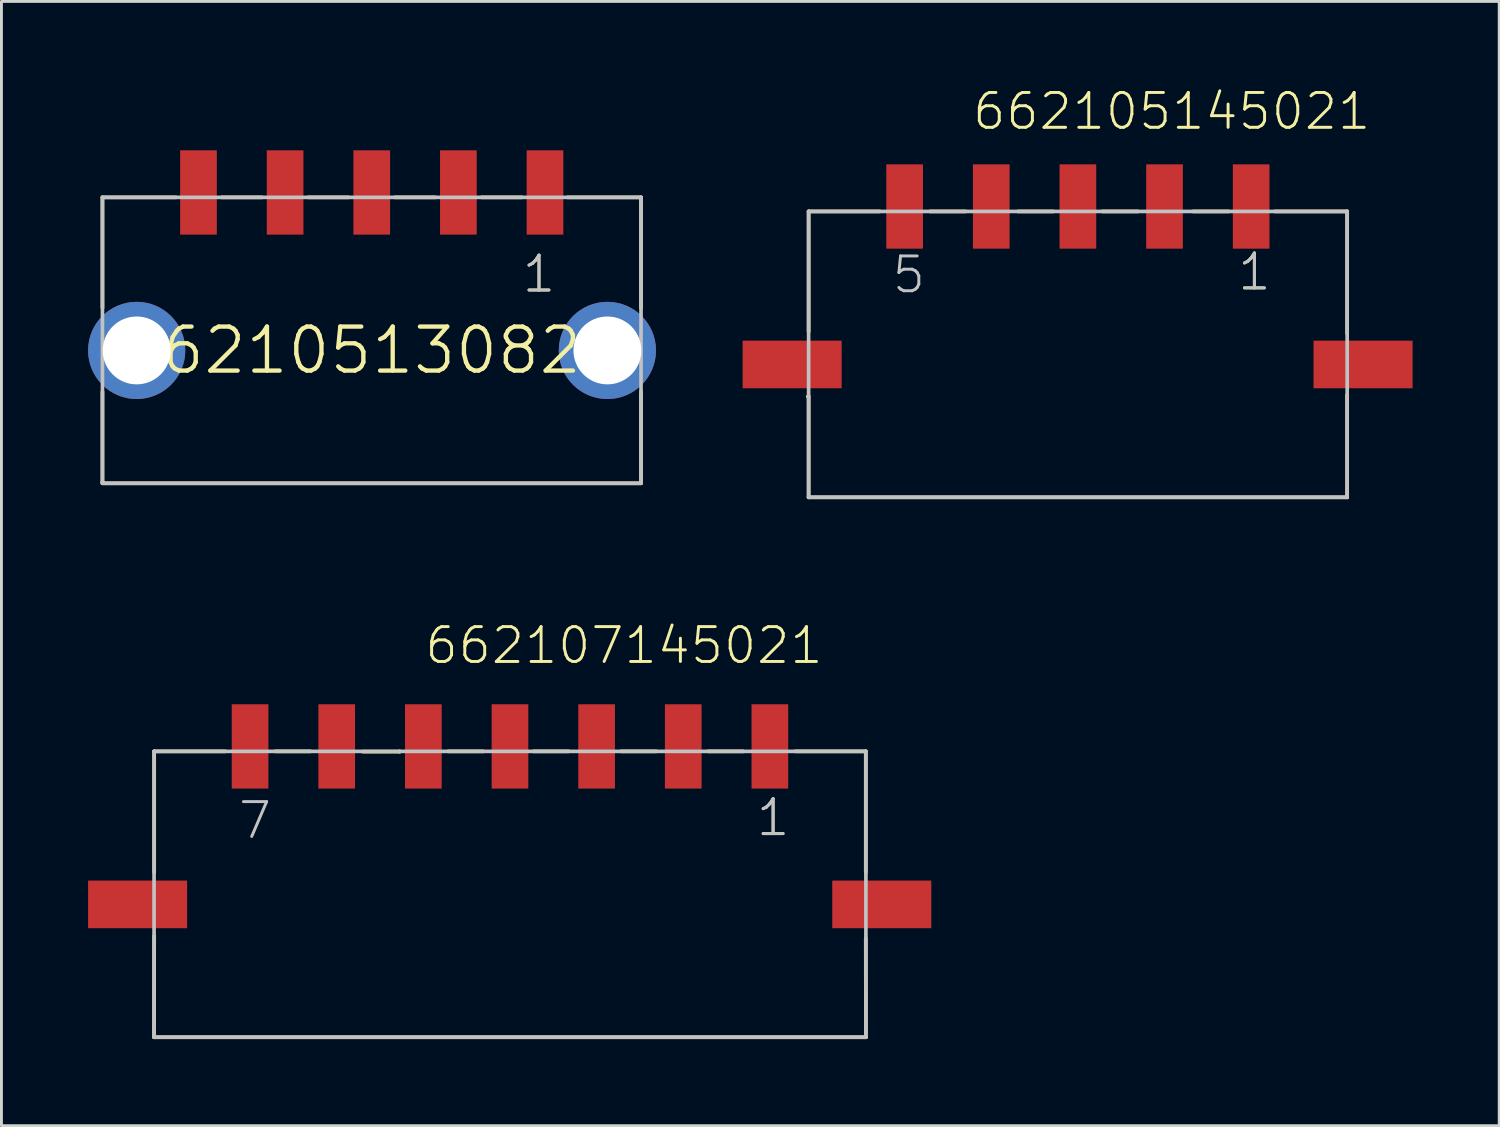
<source format=kicad_pcb>
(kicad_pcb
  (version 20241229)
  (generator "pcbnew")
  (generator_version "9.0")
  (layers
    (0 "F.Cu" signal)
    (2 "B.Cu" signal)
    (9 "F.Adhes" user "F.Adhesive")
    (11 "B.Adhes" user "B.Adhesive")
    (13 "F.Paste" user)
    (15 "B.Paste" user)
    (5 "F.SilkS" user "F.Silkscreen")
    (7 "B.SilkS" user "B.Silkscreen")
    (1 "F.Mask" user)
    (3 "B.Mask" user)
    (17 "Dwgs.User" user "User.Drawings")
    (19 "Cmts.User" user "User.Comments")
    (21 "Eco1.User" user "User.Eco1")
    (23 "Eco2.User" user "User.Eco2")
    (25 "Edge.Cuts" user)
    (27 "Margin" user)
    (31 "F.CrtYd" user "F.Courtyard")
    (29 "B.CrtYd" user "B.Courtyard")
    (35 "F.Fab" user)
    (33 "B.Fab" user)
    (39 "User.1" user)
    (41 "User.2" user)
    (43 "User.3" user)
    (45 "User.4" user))
  (footprint "662105130822"
    (layer "F.Cu")
    (at 9.823 9.085)
    (property "Reference" "662105130822" (at 0 0 0) (layer "F.SilkS") (effects (font (size 1.524 1.524) (thickness 0.15))))
    (attr through_hole)
    (fp_line (start -9.33 4.56) (end -9.325 4.56) (stroke (width 0.127) (type solid)) (layer "F.SilkS"))
    (fp_line (start -9.325 -1.47) (end -9.325 -5.3) (stroke (width 0.127) (type solid)) (layer "F.SilkS"))
    (fp_line (start -9.325 1.43) (end -9.325 4.6) (stroke (width 0.127) (type solid)) (layer "F.SilkS"))
    (fp_line (start -9.325 4.6) (end 9.325 4.6) (stroke (width 0.127) (type solid)) (layer "F.SilkS"))
    (fp_line (start -6.78 -5.3) (end -9.325 -5.3) (stroke (width 0.127) (type solid)) (layer "F.SilkS"))
    (fp_line (start -5.2 -5.3) (end -3.8 -5.3) (stroke (width 0.127) (type solid)) (layer "F.SilkS"))
    (fp_line (start -2.2 -5.3) (end -0.8 -5.3) (stroke (width 0.127) (type solid)) (layer "F.SilkS"))
    (fp_line (start 0.8 -5.3) (end 2.2 -5.3) (stroke (width 0.127) (type solid)) (layer "F.SilkS"))
    (fp_line (start 3.8 -5.3) (end 5.2 -5.3) (stroke (width 0.127) (type solid)) (layer "F.SilkS"))
    (fp_line (start 9.325 -5.3) (end 6.78 -5.3) (stroke (width 0.127) (type solid)) (layer "F.SilkS"))
    (fp_line (start 9.325 -1.47) (end 9.325 -5.3) (stroke (width 0.127) (type solid)) (layer "F.SilkS"))
    (fp_line (start 9.325 1.43) (end 9.325 4.6) (stroke (width 0.127) (type solid)) (layer "F.SilkS"))
    (fp_line (start -9.325 -5.3) (end 9.325 -5.3) (stroke (width 0.127) (type solid)) (layer "Dwgs.User"))
    (fp_line (start -9.325 4.56) (end -9.325 -5.3) (stroke (width 0.127) (type solid)) (layer "Dwgs.User"))
    (fp_line (start -9.325 4.6) (end 9.325 4.6) (stroke (width 0.127) (type solid)) (layer "Dwgs.User"))
    (fp_line (start 9.325 -5.3) (end 9.325 4.6) (stroke (width 0.127) (type solid)) (layer "Dwgs.User"))
    (fp_text user "" (at -3.46 -8.78 0) (layer "F.SilkS") (effects (font (size 1.206 1.206) (thickness 0.102)) (justify left bottom)))
    (fp_text user "" (at -2.63 6.36 0) (layer "F.SilkS") (effects (font (size 1.206 1.206) (thickness 0.102)) (justify left bottom)))
    (fp_text user "1" (at 5.15 -1.94 0) (layer "F.SilkS") (effects (font (size 1.206 1.206) (thickness 0.102)) (justify left bottom)))
    (fp_text user "1" (at 5.15 -1.94 0) (layer "Dwgs.User") (effects (font (size 1.206 1.206) (thickness 0.102)) (justify left bottom)))
    (pad "1" smd rect (at 6 -5.47 90) (size 2.92 1.27) (layers "F.Cu" "F.Mask" "F.Paste"))
    (pad "2" smd rect (at 3 -5.47 90) (size 2.92 1.27) (layers "F.Cu" "F.Mask" "F.Paste"))
    (pad "3" smd rect (at 0 -5.47 90) (size 2.92 1.27) (layers "F.Cu" "F.Mask" "F.Paste"))
    (pad "4" smd rect (at -3 -5.47 90) (size 2.92 1.27) (layers "F.Cu" "F.Mask" "F.Paste"))
    (pad "5" smd rect (at -6 -5.47 90) (size 2.92 1.27) (layers "F.Cu" "F.Mask" "F.Paste"))
    (pad "Z1" thru_hole circle (at -8.14 0) (size 3.366 3.366) (drill 2.35) (layers "*.Cu" "*.Mask"))
    (pad "Z2" thru_hole circle (at 8.16 0) (size 3.366 3.366) (drill 2.35) (layers "*.Cu" "*.Mask")))
  (footprint "662105145021"
    (layer "F.Cu")
    (at 34.276 9.571)
    (property "Reference" "662105145021" (at -3.71 -8.06 0) (layer "F.SilkS") (effects (font (size 1.206 1.206) (thickness 0.102)) (justify left bottom)))
    (attr through_hole)
    (fp_line (start -9.35 1.11) (end -9.325 1.11) (stroke (width 0.127) (type solid)) (layer "F.SilkS"))
    (fp_line (start -9.325 -5.3) (end -9.325 -1.13) (stroke (width 0.127) (type solid)) (layer "F.SilkS"))
    (fp_line (start -9.325 1.11) (end -9.325 4.6) (stroke (width 0.127) (type solid)) (layer "F.SilkS"))
    (fp_line (start -9.325 4.6) (end 9.325 4.6) (stroke (width 0.127) (type solid)) (layer "F.SilkS"))
    (fp_line (start -6.86 -5.3) (end -9.325 -5.3) (stroke (width 0.127) (type solid)) (layer "F.SilkS"))
    (fp_line (start -5.12 -5.3) (end -3.89 -5.3) (stroke (width 0.127) (type solid)) (layer "F.SilkS"))
    (fp_line (start -2.08 -5.3) (end -0.85 -5.3) (stroke (width 0.127) (type solid)) (layer "F.SilkS"))
    (fp_line (start 0.85 -5.3) (end 2.08 -5.3) (stroke (width 0.127) (type solid)) (layer "F.SilkS"))
    (fp_line (start 3.99 -5.3) (end 5.22 -5.3) (stroke (width 0.127) (type solid)) (layer "F.SilkS"))
    (fp_line (start 6.82 -5.3) (end 9.325 -5.3) (stroke (width 0.127) (type solid)) (layer "F.SilkS"))
    (fp_line (start 9.325 -5.3) (end 9.325 -1.07) (stroke (width 0.127) (type solid)) (layer "F.SilkS"))
    (fp_line (start 9.325 4.6) (end 9.325 1.05) (stroke (width 0.127) (type solid)) (layer "F.SilkS"))
    (fp_line (start -9.325 -5.3) (end 9.325 -5.3) (stroke (width 0.127) (type solid)) (layer "Dwgs.User"))
    (fp_line (start -9.325 4.6) (end -9.325 -5.3) (stroke (width 0.127) (type solid)) (layer "Dwgs.User"))
    (fp_line (start 9.325 -5.3) (end 9.325 4.6) (stroke (width 0.127) (type solid)) (layer "Dwgs.User"))
    (fp_line (start 9.325 4.6) (end -9.325 4.6) (stroke (width 0.127) (type solid)) (layer "Dwgs.User"))
    (fp_text user "1" (at 5.47 -2.5 0) (layer "F.SilkS") (effects (font (size 1.206 1.206) (thickness 0.102)) (justify left bottom)))
    (fp_text user "1" (at 5.47 -2.5 0) (layer "Dwgs.User") (effects (font (size 1.206 1.206) (thickness 0.102)) (justify left bottom)))
    (fp_text user "5" (at -6.495 -2.4 0) (layer "Dwgs.User") (effects (font (size 1.206 1.206) (thickness 0.102)) (justify left bottom)))
    (pad "1" smd rect (at 6 -5.47 90) (size 2.92 1.27) (layers "F.Cu" "F.Mask" "F.Paste"))
    (pad "2" smd rect (at 3 -5.47 90) (size 2.92 1.27) (layers "F.Cu" "F.Mask" "F.Paste"))
    (pad "3" smd rect (at 0 -5.47 90) (size 2.92 1.27) (layers "F.Cu" "F.Mask" "F.Paste"))
    (pad "4" smd rect (at -3 -5.47 90) (size 2.92 1.27) (layers "F.Cu" "F.Mask" "F.Paste"))
    (pad "5" smd rect (at -6 -5.47 90) (size 2.92 1.27) (layers "F.Cu" "F.Mask" "F.Paste"))
    (pad "M1" smd rect (at 9.875 0) (size 3.43 1.65) (layers "F.Cu" "F.Mask" "F.Paste"))
    (pad "M2" smd rect (at -9.895 0) (size 3.43 1.65) (layers "F.Cu" "F.Mask" "F.Paste")))
  (footprint "662107145021"
    (layer "F.Cu")
    (at 14.61 28.268)
    (property "Reference" "662107145021" (at -3.01 -8.26 0) (layer "F.SilkS") (effects (font (size 1.206 1.206) (thickness 0.102)) (justify left bottom)))
    (attr through_hole)
    (fp_line (start -12.325 4.6) (end 12.325 4.6) (stroke (width 0.127) (type solid)) (layer "F.SilkS"))
    (fp_line (start -12.32 -5.3) (end -12.32 -1.11) (stroke (width 0.127) (type solid)) (layer "F.SilkS"))
    (fp_line (start -12.32 1.09) (end -12.325 4.6) (stroke (width 0.127) (type solid)) (layer "F.SilkS"))
    (fp_line (start -9.86 -5.3) (end -12.32 -5.3) (stroke (width 0.127) (type solid)) (layer "F.SilkS"))
    (fp_line (start -8.13 -5.3) (end -6.91 -5.3) (stroke (width 0.127) (type solid)) (layer "F.SilkS"))
    (fp_line (start -5.09 -5.29) (end -3.82 -5.29) (stroke (width 0.127) (type solid)) (layer "F.SilkS"))
    (fp_line (start -3.82 -5.29) (end -3.82 -5.3) (stroke (width 0.127) (type solid)) (layer "F.SilkS"))
    (fp_line (start -2.14 -5.3) (end -0.92 -5.3) (stroke (width 0.127) (type solid)) (layer "F.SilkS"))
    (fp_line (start 0.81 -5.3) (end 2.03 -5.3) (stroke (width 0.127) (type solid)) (layer "F.SilkS"))
    (fp_line (start 3.85 -5.3) (end 5.07 -5.3) (stroke (width 0.127) (type solid)) (layer "F.SilkS"))
    (fp_line (start 6.86 -5.3) (end 8.08 -5.3) (stroke (width 0.127) (type solid)) (layer "F.SilkS"))
    (fp_line (start 9.88 -5.3) (end 12.32 -5.3) (stroke (width 0.127) (type solid)) (layer "F.SilkS"))
    (fp_line (start 12.32 -5.3) (end 12.32 -1.11) (stroke (width 0.127) (type solid)) (layer "F.SilkS"))
    (fp_line (start 12.325 4.6) (end 12.32 1.18) (stroke (width 0.127) (type solid)) (layer "F.SilkS"))
    (fp_line (start -12.325 -5.3) (end 12.325 -5.3) (stroke (width 0.127) (type solid)) (layer "Dwgs.User"))
    (fp_line (start -12.325 4.6) (end -12.325 -5.3) (stroke (width 0.127) (type solid)) (layer "Dwgs.User"))
    (fp_line (start 12.325 -5.3) (end 12.325 4.6) (stroke (width 0.127) (type solid)) (layer "Dwgs.User"))
    (fp_line (start 12.325 4.6) (end -12.325 4.6) (stroke (width 0.127) (type solid)) (layer "Dwgs.User"))
    (fp_text user "1" (at 8.47 -2.3 0) (layer "F.SilkS") (effects (font (size 1.206 1.206) (thickness 0.102)) (justify left bottom)))
    (fp_text user "1" (at 8.47 -2.3 0) (layer "Dwgs.User") (effects (font (size 1.206 1.206) (thickness 0.102)) (justify left bottom)))
    (fp_text user "7" (at -9.47 -2.2 0) (layer "Dwgs.User") (effects (font (size 1.206 1.206) (thickness 0.102)) (justify left bottom)))
    (pad "1" smd rect (at 9 -5.47 90) (size 2.92 1.27) (layers "F.Cu" "F.Mask" "F.Paste"))
    (pad "2" smd rect (at 6 -5.47 90) (size 2.92 1.27) (layers "F.Cu" "F.Mask" "F.Paste"))
    (pad "3" smd rect (at 3 -5.47 90) (size 2.92 1.27) (layers "F.Cu" "F.Mask" "F.Paste"))
    (pad "4" smd rect (at 0 -5.47 90) (size 2.92 1.27) (layers "F.Cu" "F.Mask" "F.Paste"))
    (pad "5" smd rect (at -3 -5.47 90) (size 2.92 1.27) (layers "F.Cu" "F.Mask" "F.Paste"))
    (pad "6" smd rect (at -6 -5.47 90) (size 2.92 1.27) (layers "F.Cu" "F.Mask" "F.Paste"))
    (pad "7" smd rect (at -9 -5.47 90) (size 2.92 1.27) (layers "F.Cu" "F.Mask" "F.Paste"))
    (pad "M1" smd rect (at 12.875 0) (size 3.43 1.65) (layers "F.Cu" "F.Mask" "F.Paste"))
    (pad "M2" smd rect (at -12.895 0) (size 3.43 1.65) (layers "F.Cu" "F.Mask" "F.Paste")))
  (gr_rect
    (start -3 -3)
    (end 48.866 35.931)
    (stroke (width 0.1) (type default))
    (fill no)
    (layer "Edge.Cuts")))
</source>
